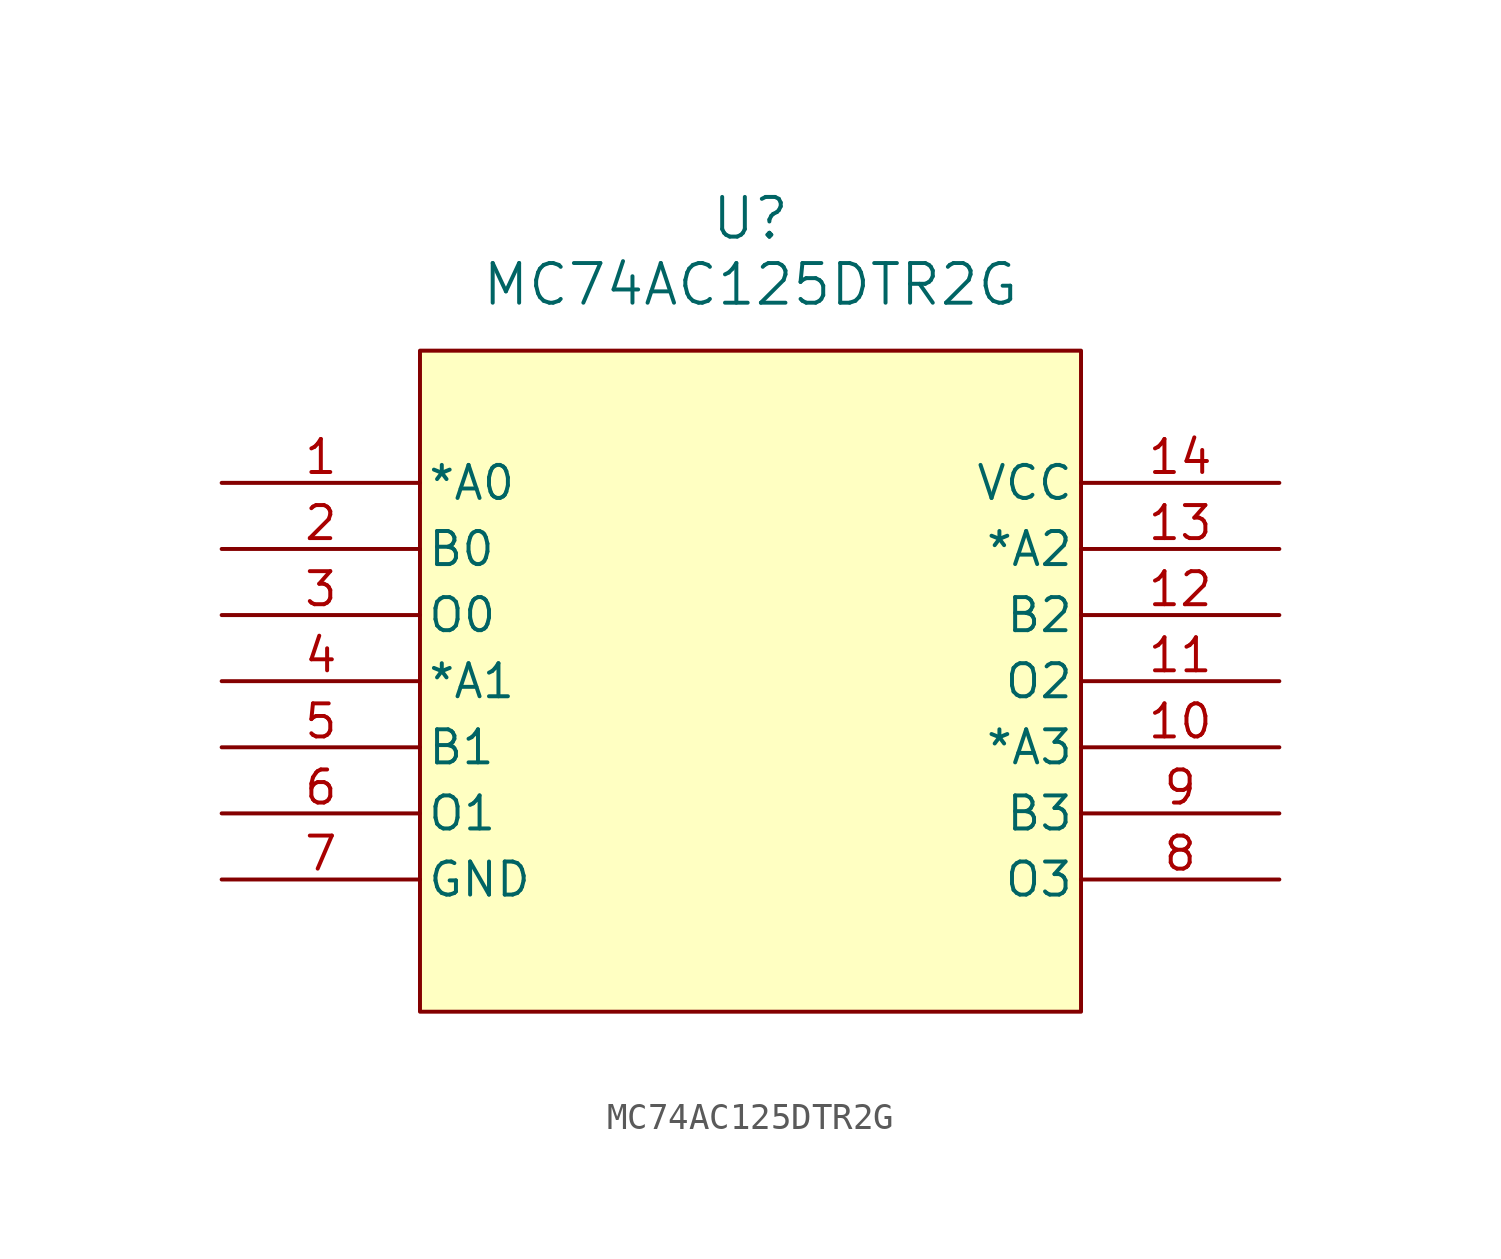
<source format=kicad_sym>
(kicad_symbol_lib
  (version 20220914)
  (generator kicad_symbol_editor)
  (symbol "MC74AC125DTR2G"
    (pin_names
      (offset 0.254))
    (property "Reference" "U"
      (at 20.32 10.16 0)
      (effects (font (size 1.524 1.524))))
    (property "Value" "MC74AC125DTR2G"
      (at 20.32 7.62 0)
      (effects (font (size 1.524 1.524))))
    (property "ki_locked" ""
      (at 0 0 0)
      (effects (font (size 1.27 1.27))))
    (symbol "MC74AC125DTR2G_0_1"
      (pin input line (at 0 0 0) (length 7.62) (name "*A0" (effects (font (size 1.27 1.27)))) (number "1" (effects (font (size 1.27 1.27)))))
      (pin input line (at 40.64 -10.16 180) (length 7.62) (name "*A3" (effects (font (size 1.27 1.27)))) (number "10" (effects (font (size 1.27 1.27)))))
      (pin output line (at 40.64 -7.62 180) (length 7.62) (name "O2" (effects (font (size 1.27 1.27)))) (number "11" (effects (font (size 1.27 1.27)))))
      (pin input line (at 40.64 -5.08 180) (length 7.62) (name "B2" (effects (font (size 1.27 1.27)))) (number "12" (effects (font (size 1.27 1.27)))))
      (pin input line (at 40.64 -2.54 180) (length 7.62) (name "*A2" (effects (font (size 1.27 1.27)))) (number "13" (effects (font (size 1.27 1.27)))))
      (pin power_in line (at 40.64 0 180) (length 7.62) (name "VCC" (effects (font (size 1.27 1.27)))) (number "14" (effects (font (size 1.27 1.27)))))
      (pin input line (at 0 -2.54 0) (length 7.62) (name "B0" (effects (font (size 1.27 1.27)))) (number "2" (effects (font (size 1.27 1.27)))))
      (pin output line (at 0 -5.08 0) (length 7.62) (name "O0" (effects (font (size 1.27 1.27)))) (number "3" (effects (font (size 1.27 1.27)))))
      (pin input line (at 0 -7.62 0) (length 7.62) (name "*A1" (effects (font (size 1.27 1.27)))) (number "4" (effects (font (size 1.27 1.27)))))
      (pin input line (at 0 -10.16 0) (length 7.62) (name "B1" (effects (font (size 1.27 1.27)))) (number "5" (effects (font (size 1.27 1.27)))))
      (pin output line (at 0 -12.7 0) (length 7.62) (name "O1" (effects (font (size 1.27 1.27)))) (number "6" (effects (font (size 1.27 1.27)))))
      (pin power_in line (at 0 -15.24 0) (length 7.62) (name "GND" (effects (font (size 1.27 1.27)))) (number "7" (effects (font (size 1.27 1.27)))))
      (pin output line (at 40.64 -15.24 180) (length 7.62) (name "O3" (effects (font (size 1.27 1.27)))) (number "8" (effects (font (size 1.27 1.27)))))
      (pin input line (at 40.64 -12.7 180) (length 7.62) (name "B3" (effects (font (size 1.27 1.27)))) (number "9" (effects (font (size 1.27 1.27))))))
    (symbol "MC74AC125DTR2G_1_1"
      (rectangle (start 7.62 5.08) (end 33.02 -20.32) (stroke (width 0) (type default)) (fill (type background))))))
</source>
